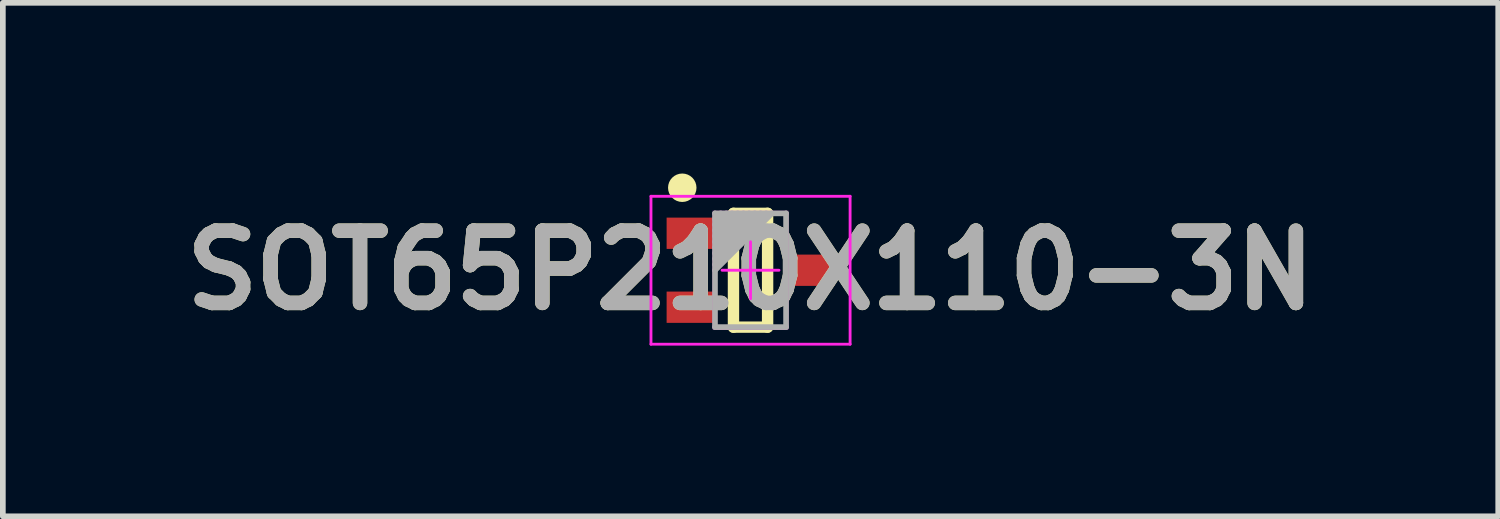
<source format=kicad_pcb>
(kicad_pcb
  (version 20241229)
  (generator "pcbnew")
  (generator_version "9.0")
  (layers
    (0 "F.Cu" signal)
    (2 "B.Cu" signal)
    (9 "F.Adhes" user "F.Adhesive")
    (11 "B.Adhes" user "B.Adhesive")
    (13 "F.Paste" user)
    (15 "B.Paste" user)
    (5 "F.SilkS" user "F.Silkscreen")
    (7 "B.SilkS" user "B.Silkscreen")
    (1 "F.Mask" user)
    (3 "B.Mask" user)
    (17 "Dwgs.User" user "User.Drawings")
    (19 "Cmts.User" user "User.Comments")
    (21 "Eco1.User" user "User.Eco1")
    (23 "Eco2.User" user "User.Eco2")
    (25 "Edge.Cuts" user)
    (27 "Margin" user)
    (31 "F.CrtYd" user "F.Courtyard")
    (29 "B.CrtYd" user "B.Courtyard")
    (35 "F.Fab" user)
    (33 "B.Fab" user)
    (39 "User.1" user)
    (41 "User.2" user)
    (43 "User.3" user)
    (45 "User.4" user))
  (footprint "SOT65P210X110-3N"
    (layer "F.Cu")
    (at 10.142 1.7)
    (property "Reference" "SOT65P210X110-3N" (at 0 0 0) (layer "F.SilkS") (effects (font (size 1.27 1.27) (thickness 0.254))))
    (attr smd)
    (fp_line (start -0.3 -1) (end -0.3 1) (stroke (width 0.2) (type solid)) (layer "F.SilkS"))
    (fp_line (start -0.3 1) (end 0.3 1) (stroke (width 0.2) (type solid)) (layer "F.SilkS"))
    (fp_line (start 0.3 -1) (end -0.3 -1) (stroke (width 0.2) (type solid)) (layer "F.SilkS"))
    (fp_line (start 0.3 1) (end 0.3 -1) (stroke (width 0.2) (type solid)) (layer "F.SilkS"))
    (fp_circle (center -1.2 -1.45) (end -1.2 -1.325) (stroke (width 0.25) (type solid)) (fill no) (layer "F.SilkS"))
    (fp_line (start -1.75 -1.3) (end -1.75 1.3) (stroke (width 0.05) (type solid)) (layer "F.CrtYd"))
    (fp_line (start -1.75 1.3) (end 1.75 1.3) (stroke (width 0.05) (type solid)) (layer "F.CrtYd"))
    (fp_line (start -0.675 -1.05) (end -0.675 1.05) (stroke (width 0.001) (type solid)) (layer "F.CrtYd"))
    (fp_line (start -0.675 1.05) (end 0.675 1.05) (stroke (width 0.001) (type solid)) (layer "F.CrtYd"))
    (fp_line (start -0.5 0) (end 0.5 0) (stroke (width 0.05) (type solid)) (layer "F.CrtYd"))
    (fp_line (start 0 0.5) (end 0 -0.5) (stroke (width 0.05) (type solid)) (layer "F.CrtYd"))
    (fp_line (start 0.675 -1.05) (end -0.675 -1.05) (stroke (width 0.001) (type solid)) (layer "F.CrtYd"))
    (fp_line (start 0.675 1.05) (end 0.675 -1.05) (stroke (width 0.001) (type solid)) (layer "F.CrtYd"))
    (fp_line (start 1.75 -1.3) (end -1.75 -1.3) (stroke (width 0.05) (type solid)) (layer "F.CrtYd"))
    (fp_line (start 1.75 1.3) (end 1.75 -1.3) (stroke (width 0.05) (type solid)) (layer "F.CrtYd"))
    (fp_line (start -0.625 -1) (end -0.625 1) (stroke (width 0.1) (type solid)) (layer "F.Fab"))
    (fp_line (start -0.625 1) (end 0.625 1) (stroke (width 0.1) (type solid)) (layer "F.Fab"))
    (fp_line (start -0.525 -1) (end -0.625 -0.9) (stroke (width 0.1) (type solid)) (layer "F.Fab"))
    (fp_line (start -0.425 -1) (end -0.625 -0.8) (stroke (width 0.1) (type solid)) (layer "F.Fab"))
    (fp_line (start -0.325 -1) (end -0.625 -0.7) (stroke (width 0.1) (type solid)) (layer "F.Fab"))
    (fp_line (start -0.225 -1) (end -0.625 -0.6) (stroke (width 0.1) (type solid)) (layer "F.Fab"))
    (fp_line (start -0.125 -1) (end -0.625 -0.5) (stroke (width 0.1) (type solid)) (layer "F.Fab"))
    (fp_line (start -0.025 -1) (end -0.625 -0.4) (stroke (width 0.1) (type solid)) (layer "F.Fab"))
    (fp_line (start 0.075 -1) (end -0.625 -0.3) (stroke (width 0.1) (type solid)) (layer "F.Fab"))
    (fp_line (start 0.175 -1) (end -0.625 -0.2) (stroke (width 0.1) (type solid)) (layer "F.Fab"))
    (fp_line (start 0.275 -1) (end -0.625 -0.1) (stroke (width 0.1) (type solid)) (layer "F.Fab"))
    (fp_line (start 0.375 -1) (end -0.625 0) (stroke (width 0.1) (type solid)) (layer "F.Fab"))
    (fp_line (start 0.625 -1) (end -0.625 -1) (stroke (width 0.1) (type solid)) (layer "F.Fab"))
    (fp_line (start 0.625 1) (end 0.625 -1) (stroke (width 0.1) (type solid)) (layer "F.Fab"))
    (fp_text user "${REFERENCE}" (at 0 0 0) (layer "F.Fab") (effects (font (size 1.27 1.27) (thickness 0.254))))
    (pad "1" smd rect (at -1.05 -0.65 90) (size 0.55 0.85) (layers "F.Cu" "F.Mask" "F.Paste"))
    (pad "2" smd rect (at -1.05 0.65 90) (size 0.55 0.85) (layers "F.Cu" "F.Mask" "F.Paste"))
    (pad "3" smd rect (at 1.05 0 90) (size 0.55 0.85) (layers "F.Cu" "F.Mask" "F.Paste")))
  (gr_rect
    (start -3 -3)
    (end 23.284 6.025)
    (stroke (width 0.1) (type default))
    (fill no)
    (layer "Edge.Cuts")))
</source>
